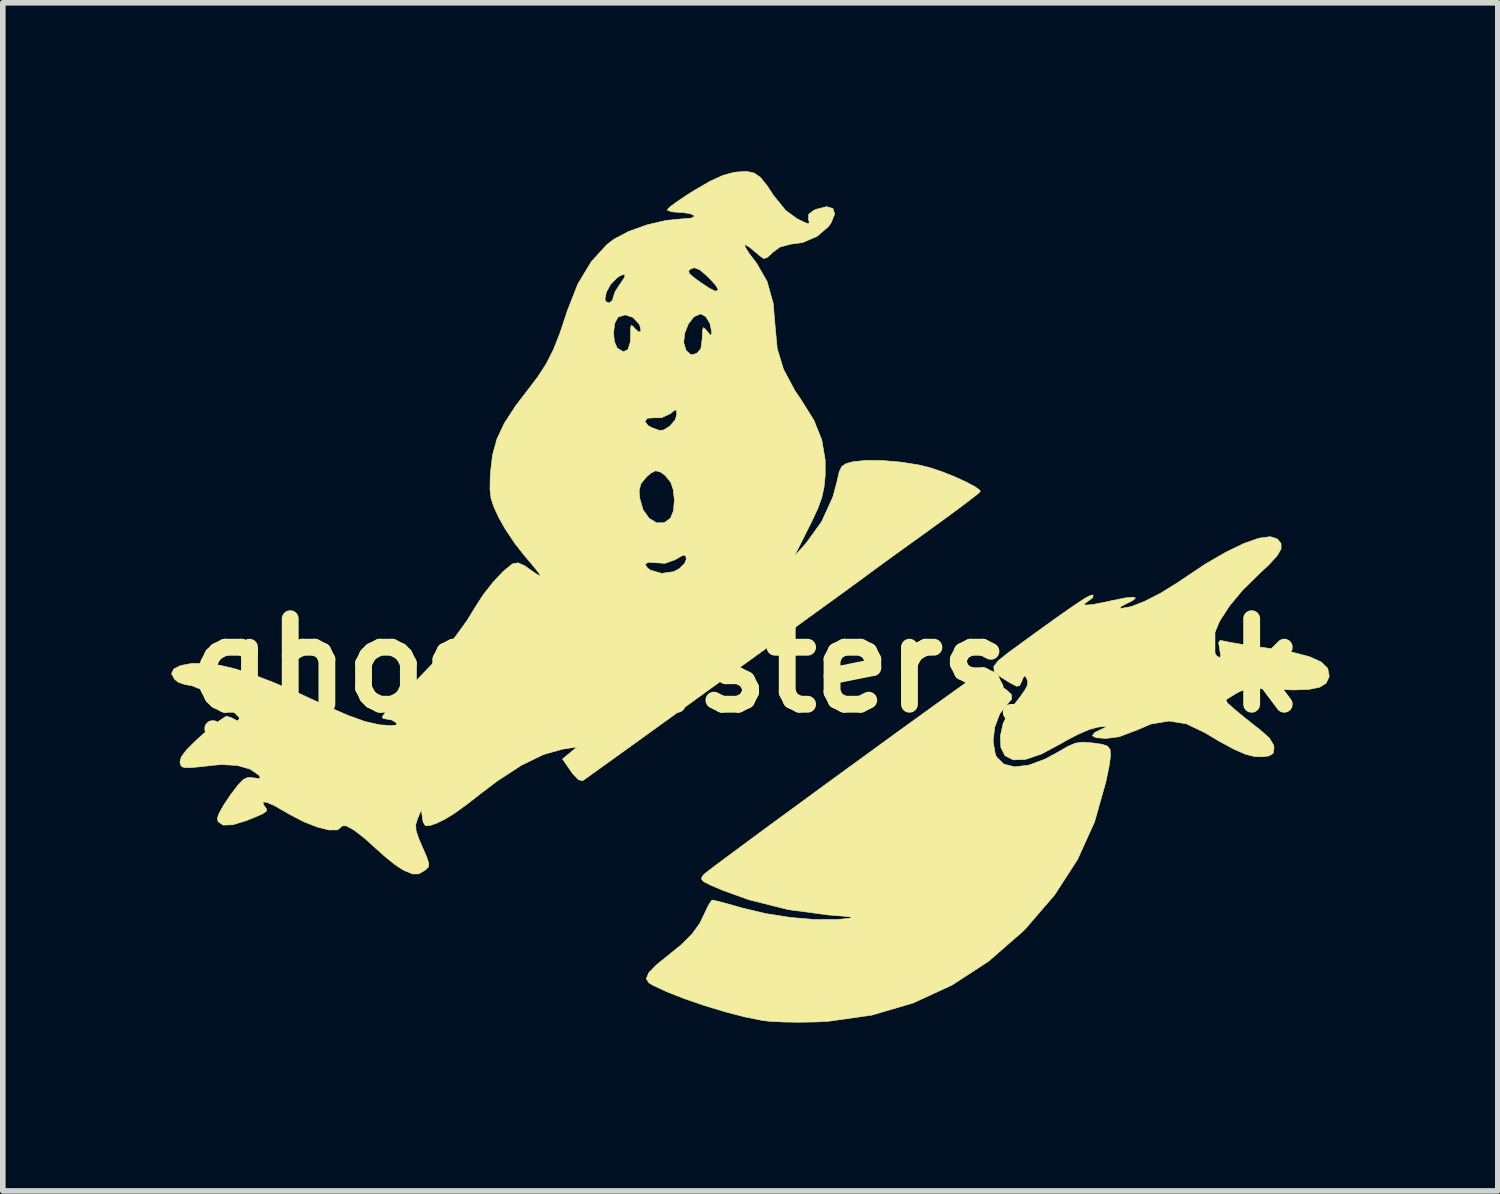
<source format=kicad_pcb>
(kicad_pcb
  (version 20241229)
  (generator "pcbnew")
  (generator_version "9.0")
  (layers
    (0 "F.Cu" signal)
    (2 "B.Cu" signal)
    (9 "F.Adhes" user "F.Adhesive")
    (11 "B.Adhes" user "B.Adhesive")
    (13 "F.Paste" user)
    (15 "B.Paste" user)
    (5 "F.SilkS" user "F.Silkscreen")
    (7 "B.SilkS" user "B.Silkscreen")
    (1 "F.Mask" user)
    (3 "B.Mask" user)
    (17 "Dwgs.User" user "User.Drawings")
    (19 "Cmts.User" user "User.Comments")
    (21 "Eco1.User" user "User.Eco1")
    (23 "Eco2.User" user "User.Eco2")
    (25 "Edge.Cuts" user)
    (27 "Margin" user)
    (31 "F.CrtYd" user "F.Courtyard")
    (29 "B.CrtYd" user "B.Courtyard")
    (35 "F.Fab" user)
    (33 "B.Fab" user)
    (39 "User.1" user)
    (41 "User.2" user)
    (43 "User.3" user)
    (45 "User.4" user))
  (footprint "ghostbasters_silk"
    (layer "F.Cu")
    (at 10.248 8.806)
    (property "Reference" "ghostbasters_silk" (at 0 0 0) (layer "F.SilkS") (effects (font (size 1.524 1.524) (thickness 0.3))))
    (attr through_hole)
    (fp_poly (pts (xy 4.171 0.192) (xy 4.293 0.241) (xy 4.435 0.315) (xy 4.626 0.429) (xy 4.72 0.518) (xy 4.725 0.598) (xy 4.653 0.68) (xy 4.512 0.859) (xy 4.422 1.097) (xy 4.393 1.351) (xy 4.432 1.578) (xy 4.454 1.628) (xy 4.582 1.755) (xy 4.776 1.804) (xy 5.025 1.775) (xy 5.316 1.668) (xy 5.536 1.549) (xy 5.724 1.44) (xy 5.861 1.382) (xy 5.988 1.365) (xy 6.148 1.377) (xy 6.184 1.381) (xy 6.333 1.402) (xy 6.429 1.434) (xy 6.477 1.496) (xy 6.485 1.609) (xy 6.459 1.793) (xy 6.403 2.066) (xy 6.401 2.076) (xy 6.2 2.787) (xy 5.897 3.456) (xy 5.49 4.085) (xy 4.977 4.681) (xy 4.915 4.743) (xy 4.312 5.269) (xy 3.662 5.692) (xy 2.967 6.012) (xy 2.231 6.228) (xy 1.455 6.338) (xy 1.242 6.349) (xy 0.945 6.354) (xy 0.654 6.35) (xy 0.408 6.337) (xy 0.28 6.322) (xy -0.027 6.26) (xy -0.379 6.169) (xy -0.746 6.058) (xy -1.101 5.936) (xy -1.415 5.813) (xy -1.66 5.699) (xy -1.738 5.653) (xy -1.786 5.579) (xy -1.74 5.471) (xy -1.598 5.326) (xy -1.436 5.196) (xy -1.163 4.975) (xy -0.969 4.782) (xy -0.832 4.591) (xy -0.748 4.418) (xy -0.681 4.275) (xy -0.625 4.189) (xy -0.608 4.177) (xy -0.538 4.192) (xy -0.387 4.231) (xy -0.182 4.288) (xy -0.076 4.319) (xy 0.336 4.417) (xy 0.78 4.487) (xy 1.215 4.524) (xy 1.601 4.524) (xy 1.703 4.516) (xy 1.833 4.501) (xy 1.886 4.489) (xy 1.852 4.478) (xy 1.724 4.464) (xy 1.492 4.446) (xy 1.468 4.444) (xy 0.744 4.348) (xy 0.039 4.171) (xy -0.431 4.001) (xy -0.637 3.913) (xy -0.756 3.853) (xy -0.801 3.807) (xy -0.791 3.762) (xy -0.757 3.719) (xy -0.699 3.672) (xy -0.56 3.566) (xy -0.349 3.409) (xy -0.078 3.208) (xy 0.243 2.971) (xy 0.605 2.705) (xy 0.997 2.418) (xy 1.408 2.117) (xy 1.829 1.81) (xy 2.25 1.504) (xy 2.659 1.206) (xy 3.048 0.925) (xy 3.405 0.667) (xy 3.72 0.441) (xy 3.984 0.253) (xy 4.016 0.23) (xy 4.09 0.191) (xy 4.171 0.192)) (stroke (width 0.01) (type solid)) (fill yes) (layer "F.SilkS"))
    (fp_poly (pts (xy 9.455 -2.257) (xy 9.522 -2.174) (xy 9.523 -2.076) (xy 9.449 -1.951) (xy 9.295 -1.785) (xy 9.136 -1.637) (xy 8.841 -1.347) (xy 8.603 -1.061) (xy 8.429 -0.791) (xy 8.326 -0.549) (xy 8.298 -0.348) (xy 8.353 -0.199) (xy 8.382 -0.169) (xy 8.436 -0.137) (xy 8.447 -0.179) (xy 8.43 -0.284) (xy 8.411 -0.408) (xy 8.437 -0.448) (xy 8.526 -0.432) (xy 8.528 -0.431) (xy 8.638 -0.409) (xy 8.831 -0.376) (xy 9.078 -0.339) (xy 9.308 -0.306) (xy 9.722 -0.238) (xy 10.03 -0.158) (xy 10.238 -0.064) (xy 10.353 0.049) (xy 10.38 0.182) (xy 10.376 0.208) (xy 10.324 0.315) (xy 10.21 0.386) (xy 10.02 0.425) (xy 9.742 0.435) (xy 9.483 0.425) (xy 9.209 0.413) (xy 9.021 0.413) (xy 8.891 0.427) (xy 8.79 0.46) (xy 8.703 0.508) (xy 8.516 0.624) (xy 8.703 0.787) (xy 8.862 0.919) (xy 9.053 1.071) (xy 9.144 1.141) (xy 9.314 1.29) (xy 9.39 1.417) (xy 9.398 1.47) (xy 9.381 1.564) (xy 9.31 1.609) (xy 9.19 1.626) (xy 9.049 1.621) (xy 8.887 1.579) (xy 8.686 1.492) (xy 8.427 1.352) (xy 8.164 1.195) (xy 7.835 1.038) (xy 7.522 0.988) (xy 7.202 1.043) (xy 6.959 1.147) (xy 6.636 1.269) (xy 6.408 1.298) (xy 6.231 1.286) (xy 6.161 1.251) (xy 6.2 1.196) (xy 6.308 1.141) (xy 6.402 1.098) (xy 6.404 1.084) (xy 6.304 1.092) (xy 6.254 1.098) (xy 6.107 1.139) (xy 5.902 1.227) (xy 5.674 1.347) (xy 5.606 1.387) (xy 5.254 1.576) (xy 4.969 1.673) (xy 4.749 1.68) (xy 4.604 1.605) (xy 4.531 1.458) (xy 4.522 1.256) (xy 4.572 1.03) (xy 4.677 0.815) (xy 4.719 0.758) (xy 4.871 0.563) (xy 4.962 0.434) (xy 5.005 0.349) (xy 5.01 0.286) (xy 4.996 0.241) (xy 4.962 0.18) (xy 4.929 0.215) (xy 4.906 0.272) (xy 4.867 0.355) (xy 4.817 0.37) (xy 4.718 0.321) (xy 4.682 0.3) (xy 4.505 0.189) (xy 4.412 0.1) (xy 4.406 0.014) (xy 4.488 -0.089) (xy 4.661 -0.228) (xy 4.749 -0.292) (xy 5.151 -0.585) (xy 5.472 -0.816) (xy 5.72 -0.991) (xy 5.904 -1.117) (xy 6.033 -1.2) (xy 6.117 -1.245) (xy 6.163 -1.258) (xy 6.174 -1.256) (xy 6.169 -1.211) (xy 6.09 -1.151) (xy 6.013 -1.096) (xy 6.044 -1.076) (xy 6.18 -1.089) (xy 6.422 -1.137) (xy 6.522 -1.16) (xy 6.747 -1.205) (xy 6.885 -1.219) (xy 6.93 -1.202) (xy 6.875 -1.155) (xy 6.768 -1.104) (xy 6.67 -1.051) (xy 6.656 -1.021) (xy 6.674 -1.018) (xy 6.852 -1.05) (xy 7.093 -1.144) (xy 7.376 -1.289) (xy 7.677 -1.475) (xy 7.774 -1.541) (xy 8.172 -1.807) (xy 8.538 -2.019) (xy 8.86 -2.175) (xy 9.128 -2.269) (xy 9.331 -2.296) (xy 9.455 -2.257)) (stroke (width 0.01) (type solid)) (fill yes) (layer "F.SilkS"))
    (fp_poly (pts (xy 0.139 -8.773) (xy 0.25 -8.694) (xy 0.369 -8.546) (xy 0.483 -8.373) (xy 0.699 -8.106) (xy 0.906 -7.957) (xy 1.046 -7.888) (xy 1.109 -7.87) (xy 1.117 -7.903) (xy 1.104 -7.948) (xy 1.106 -8.037) (xy 1.193 -8.106) (xy 1.239 -8.127) (xy 1.427 -8.175) (xy 1.54 -8.142) (xy 1.57 -8.043) (xy 1.509 -7.89) (xy 1.458 -7.818) (xy 1.259 -7.647) (xy 1.002 -7.536) (xy 0.789 -7.507) (xy 0.591 -7.453) (xy 0.471 -7.362) (xy 0.371 -7.27) (xy 0.307 -7.251) (xy 0.233 -7.301) (xy 0.205 -7.326) (xy 0.053 -7.454) (xy -0.025 -7.498) (xy -0.028 -7.462) (xy 0.044 -7.346) (xy 0.183 -7.162) (xy 0.366 -6.845) (xy 0.476 -6.451) (xy 0.51 -6.045) (xy 0.547 -5.647) (xy 0.66 -5.276) (xy 0.861 -4.9) (xy 0.969 -4.741) (xy 1.2 -4.371) (xy 1.341 -4.021) (xy 1.402 -3.662) (xy 1.402 -3.389) (xy 1.382 -3.181) (xy 1.343 -2.997) (xy 1.272 -2.801) (xy 1.158 -2.556) (xy 1.115 -2.471) (xy 0.852 -1.947) (xy 1.061 -2.179) (xy 1.337 -2.561) (xy 1.537 -2.999) (xy 1.611 -3.272) (xy 1.651 -3.45) (xy 1.698 -3.548) (xy 1.775 -3.598) (xy 1.895 -3.63) (xy 2.126 -3.655) (xy 2.424 -3.652) (xy 2.751 -3.624) (xy 3.065 -3.575) (xy 3.268 -3.525) (xy 3.489 -3.451) (xy 3.712 -3.362) (xy 3.913 -3.27) (xy 4.069 -3.187) (xy 4.156 -3.123) (xy 4.165 -3.101) (xy 4.116 -3.055) (xy 3.989 -2.956) (xy 3.799 -2.812) (xy 3.56 -2.635) (xy 3.285 -2.436) (xy 3.246 -2.407) (xy 2.957 -2.2) (xy 2.692 -2.009) (xy 2.467 -1.846) (xy 2.299 -1.723) (xy 2.205 -1.654) (xy 2.201 -1.651) (xy 2.12 -1.591) (xy 1.96 -1.474) (xy 1.733 -1.308) (xy 1.447 -1.101) (xy 1.114 -0.86) (xy 0.743 -0.591) (xy 0.346 -0.303) (xy -0.069 -0.003) (xy -0.491 0.302) (xy -0.91 0.605) (xy -1.315 0.898) (xy -1.696 1.173) (xy -2.044 1.424) (xy -2.347 1.642) (xy -2.596 1.821) (xy -2.781 1.954) (xy -2.891 2.032) (xy -2.918 2.051) (xy -2.993 2.034) (xy -3.097 1.926) (xy -3.131 1.878) (xy -3.277 1.665) (xy -3.148 1.558) (xy -3.02 1.451) (xy -3.274 1.489) (xy -3.614 1.584) (xy -4.005 1.774) (xy -4.44 2.057) (xy -4.708 2.26) (xy -4.985 2.476) (xy -5.199 2.63) (xy -5.37 2.736) (xy -5.518 2.808) (xy -5.626 2.846) (xy -5.718 2.855) (xy -5.76 2.789) (xy -5.771 2.726) (xy -5.792 2.568) (xy -5.86 2.729) (xy -5.892 2.831) (xy -5.887 2.936) (xy -5.84 3.08) (xy -5.775 3.23) (xy -5.696 3.413) (xy -5.66 3.522) (xy -5.665 3.586) (xy -5.709 3.632) (xy -5.729 3.648) (xy -5.839 3.711) (xy -5.945 3.713) (xy -6.092 3.654) (xy -6.124 3.637) (xy -6.254 3.552) (xy -6.423 3.417) (xy -6.576 3.281) (xy -6.807 3.073) (xy -6.995 2.929) (xy -7.132 2.855) (xy -7.205 2.857) (xy -7.213 2.87) (xy -7.286 2.928) (xy -7.436 2.929) (xy -7.643 2.878) (xy -7.89 2.781) (xy -8.158 2.641) (xy -8.221 2.603) (xy -8.415 2.493) (xy -8.55 2.435) (xy -8.616 2.431) (xy -8.6 2.485) (xy -8.584 2.507) (xy -8.549 2.557) (xy -8.556 2.597) (xy -8.622 2.642) (xy -8.764 2.704) (xy -8.914 2.764) (xy -9.153 2.837) (xy -9.322 2.842) (xy -9.413 2.781) (xy -9.426 2.72) (xy -9.394 2.629) (xy -9.31 2.481) (xy -9.193 2.306) (xy -9.186 2.297) (xy -9.056 2.126) (xy -8.964 2.031) (xy -8.885 1.994) (xy -8.796 1.998) (xy -8.784 2) (xy -8.678 2.014) (xy -8.663 1.988) (xy -8.69 1.95) (xy -8.842 1.845) (xy -9.071 1.78) (xy -9.348 1.764) (xy -9.475 1.774) (xy -9.74 1.804) (xy -9.913 1.819) (xy -10.015 1.817) (xy -10.065 1.797) (xy -10.086 1.756) (xy -10.092 1.718) (xy -10.07 1.629) (xy -9.977 1.504) (xy -9.803 1.331) (xy -9.716 1.252) (xy -9.537 1.099) (xy -9.387 0.981) (xy -9.285 0.913) (xy -9.26 0.903) (xy -9.171 0.931) (xy -9.045 0.999) (xy -9.043 1) (xy -8.89 1.096) (xy -9.003 0.959) (xy -9.191 0.769) (xy -9.42 0.593) (xy -9.658 0.45) (xy -9.876 0.36) (xy -10.001 0.339) (xy -10.115 0.301) (xy -10.186 0.248) (xy -10.243 0.145) (xy -10.202 0.061) (xy -10.08 -0.001) (xy -9.891 -0.036) (xy -9.65 -0.039) (xy -9.385 -0.006) (xy -9.114 0.057) (xy -8.8 0.158) (xy -8.429 0.3) (xy -7.986 0.489) (xy -7.496 0.714) (xy -7.106 0.885) (xy -6.795 0.997) (xy -6.548 1.053) (xy -6.513 1.057) (xy -6.327 1.07) (xy -6.238 1.059) (xy -6.232 1.025) (xy -6.316 0.97) (xy -6.382 0.96) (xy -6.472 0.941) (xy -6.491 0.916) (xy -6.453 0.862) (xy -6.349 0.746) (xy -6.195 0.584) (xy -6.005 0.393) (xy -5.978 0.366) (xy -5.568 -0.059) (xy -5.239 -0.442) (xy -4.978 -0.802) (xy -4.83 -1.044) (xy -4.687 -1.265) (xy -4.514 -1.485) (xy -4.338 -1.673) (xy -4.186 -1.799) (xy -4.162 -1.813) (xy -4.069 -1.83) (xy -3.948 -1.776) (xy -3.866 -1.717) (xy -3.748 -1.634) (xy -3.678 -1.596) (xy -3.669 -1.599) (xy -3.703 -1.653) (xy -3.795 -1.769) (xy -3.824 -1.803) (xy -1.806 -1.803) (xy -1.763 -1.736) (xy -1.707 -1.698) (xy -1.511 -1.642) (xy -1.3 -1.672) (xy -1.198 -1.725) (xy -1.104 -1.818) (xy -1.072 -1.894) (xy -1.085 -1.962) (xy -1.139 -1.962) (xy -1.257 -1.894) (xy -1.272 -1.885) (xy -1.451 -1.821) (xy -1.608 -1.831) (xy -1.752 -1.839) (xy -1.806 -1.803) (xy -3.824 -1.803) (xy -3.925 -1.923) (xy -3.953 -1.955) (xy -4.127 -2.177) (xy -4.297 -2.431) (xy -4.412 -2.635) (xy -4.501 -2.827) (xy -4.551 -2.98) (xy -4.566 -3.111) (xy -1.912 -3.111) (xy -1.903 -2.983) (xy -1.842 -2.774) (xy -1.734 -2.623) (xy -1.601 -2.542) (xy -1.463 -2.545) (xy -1.354 -2.626) (xy -1.302 -2.755) (xy -1.285 -2.942) (xy -1.305 -3.135) (xy -1.348 -3.262) (xy -1.447 -3.385) (xy -1.526 -3.444) (xy -1.618 -3.47) (xy -1.711 -3.424) (xy -1.785 -3.356) (xy -1.883 -3.236) (xy -1.912 -3.111) (xy -4.566 -3.111) (xy -4.569 -3.138) (xy -4.566 -3.349) (xy -4.561 -3.436) (xy -4.524 -3.752) (xy -4.445 -4.038) (xy -4.312 -4.321) (xy -4.292 -4.35) (xy -1.809 -4.35) (xy -1.754 -4.275) (xy -1.679 -4.235) (xy -1.558 -4.191) (xy -1.481 -4.194) (xy -1.388 -4.25) (xy -1.367 -4.265) (xy -1.272 -4.372) (xy -1.242 -4.471) (xy -1.248 -4.551) (xy -1.287 -4.546) (xy -1.352 -4.489) (xy -1.518 -4.413) (xy -1.635 -4.414) (xy -1.767 -4.406) (xy -1.809 -4.35) (xy -4.292 -4.35) (xy -4.112 -4.627) (xy -3.904 -4.898) (xy -3.715 -5.147) (xy -3.565 -5.38) (xy -3.439 -5.629) (xy -3.322 -5.925) (xy -3.318 -5.937) (xy -2.368 -5.937) (xy -2.354 -5.772) (xy -2.303 -5.656) (xy -2.301 -5.654) (xy -2.193 -5.59) (xy -2.113 -5.628) (xy -2.072 -5.754) (xy -1.119 -5.754) (xy -1.078 -5.619) (xy -1.061 -5.599) (xy -0.998 -5.542) (xy -0.943 -5.542) (xy -0.88 -5.566) (xy -0.813 -5.645) (xy -0.789 -5.819) (xy -0.788 -5.834) (xy -0.784 -5.976) (xy -0.766 -6.021) (xy -0.725 -5.986) (xy -0.704 -5.958) (xy -0.642 -5.886) (xy -0.622 -5.904) (xy -0.621 -5.948) (xy -0.651 -6.094) (xy -0.724 -6.214) (xy -0.814 -6.265) (xy -0.816 -6.265) (xy -0.935 -6.215) (xy -1.034 -6.089) (xy -1.1 -5.923) (xy -1.119 -5.754) (xy -2.072 -5.754) (xy -2.07 -5.761) (xy -2.066 -5.866) (xy -2.065 -6.013) (xy -2.05 -6.062) (xy -2.012 -6.032) (xy -1.996 -6.01) (xy -1.918 -5.939) (xy -1.88 -5.961) (xy -1.899 -6.056) (xy -1.914 -6.087) (xy -2.022 -6.202) (xy -2.161 -6.247) (xy -2.287 -6.208) (xy -2.289 -6.207) (xy -2.346 -6.1) (xy -2.368 -5.937) (xy -3.318 -5.937) (xy -3.199 -6.299) (xy -3.191 -6.322) (xy -3.11 -6.529) (xy -2.521 -6.529) (xy -2.508 -6.485) (xy -2.447 -6.457) (xy -2.388 -6.506) (xy -2.371 -6.571) (xy -2.338 -6.664) (xy -2.259 -6.788) (xy -2.251 -6.797) (xy -2.169 -6.921) (xy -2.167 -6.973) (xy -2.244 -6.948) (xy -2.307 -6.907) (xy -2.417 -6.796) (xy -2.495 -6.655) (xy -2.521 -6.529) (xy -3.11 -6.529) (xy -3.005 -6.796) (xy -2.865 -7.029) (xy -1.034 -7.029) (xy -1.014 -6.978) (xy -0.916 -6.896) (xy -0.84 -6.84) (xy -0.663 -6.722) (xy -0.559 -6.67) (xy -0.514 -6.678) (xy -0.508 -6.706) (xy -0.545 -6.769) (xy -0.64 -6.877) (xy -0.7 -6.937) (xy -0.834 -7.051) (xy -0.927 -7.087) (xy -0.989 -7.069) (xy -1.034 -7.029) (xy -2.865 -7.029) (xy -2.767 -7.192) (xy -2.488 -7.498) (xy -2.363 -7.594) (xy -2.1 -7.733) (xy -1.774 -7.85) (xy -1.431 -7.93) (xy -1.128 -7.959) (xy -0.984 -7.97) (xy -0.928 -8.002) (xy -0.931 -8.015) (xy -1.005 -8.051) (xy -1.146 -8.071) (xy -1.189 -8.072) (xy -1.329 -8.083) (xy -1.406 -8.11) (xy -1.411 -8.12) (xy -1.366 -8.169) (xy -1.244 -8.259) (xy -1.066 -8.379) (xy -0.924 -8.468) (xy -0.642 -8.631) (xy -0.42 -8.732) (xy -0.231 -8.784) (xy -0.162 -8.793) (xy 0.01 -8.801) (xy 0.139 -8.773)) (stroke (width 0.01) (type solid)) (fill yes) (layer "F.SilkS")))
  (gr_rect
    (start -3 -3)
    (end 23.632 18.165)
    (stroke (width 0.1) (type default))
    (fill no)
    (layer "Edge.Cuts")))
</source>
